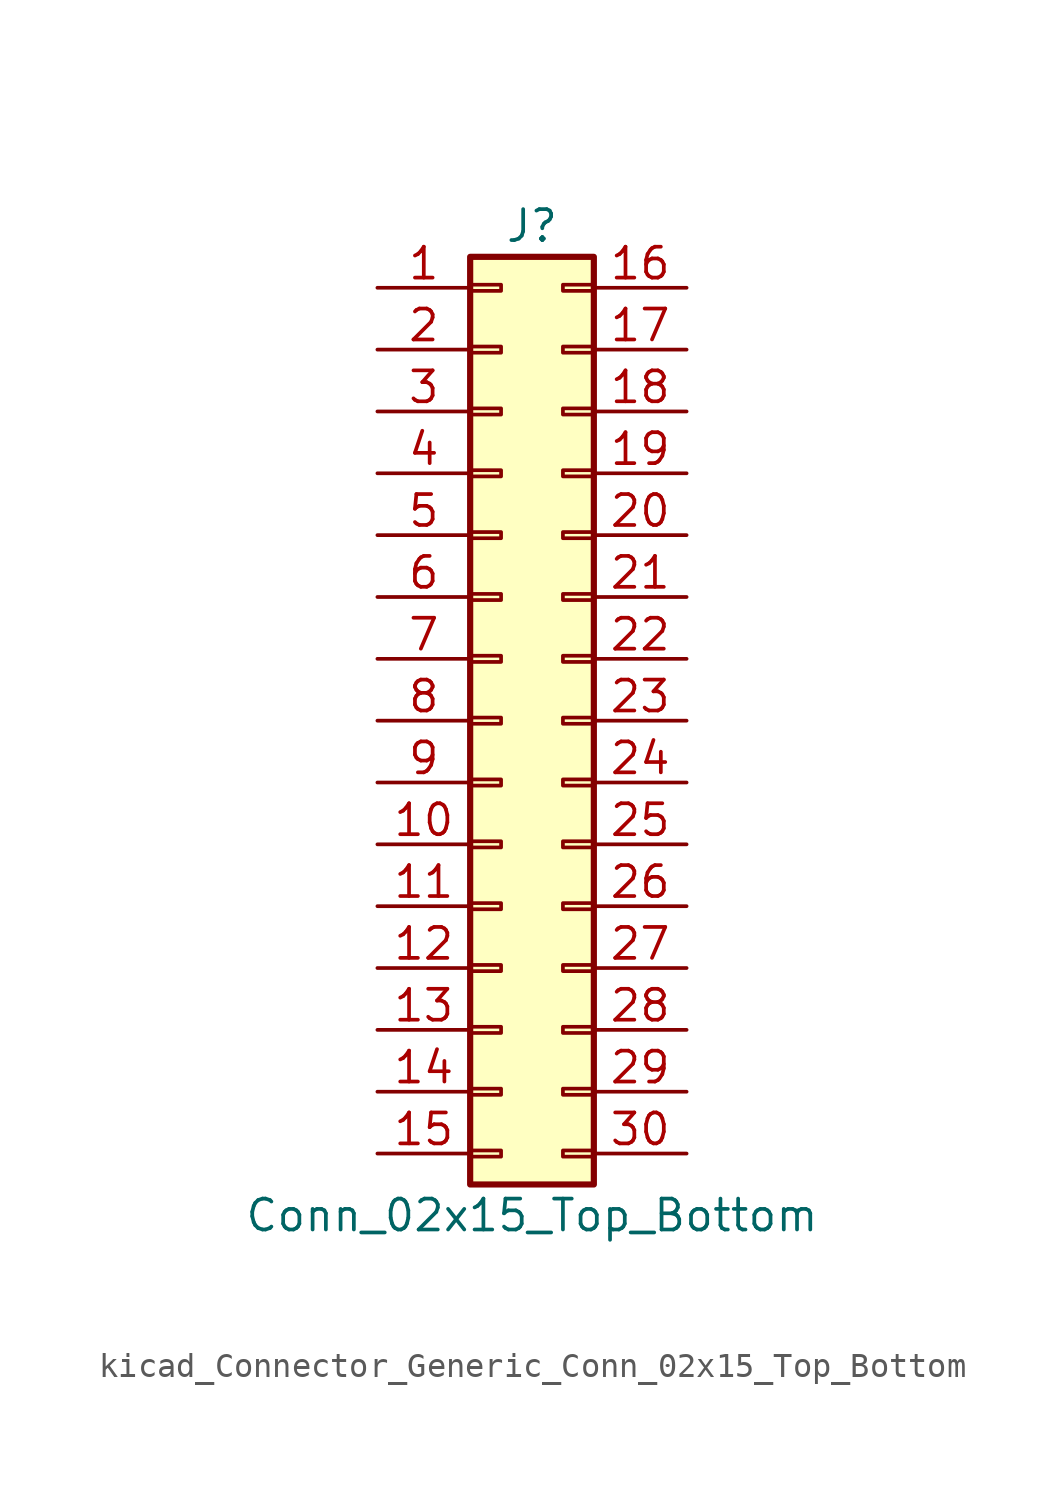
<source format=kicad_sym>
(kicad_symbol_lib
  (version 20220914)
  (generator kicad_symbol_editor)
  (symbol "kicad_Connector_Generic_Conn_02x15_Top_Bottom"
    (pin_names
      (offset 1.016) hide)
    (property "Reference" "J"
      (at 1.27 20.32 0)
      (effects (font (size 1.27 1.27))))
    (property "Value" "Conn_02x15_Top_Bottom"
      (at 1.27 -20.32 0)
      (effects (font (size 1.27 1.27))))
    (symbol "kicad_Connector_Generic_Conn_02x15_Top_Bottom_1_1"
      (rectangle (start -1.27 -17.653) (end 0 -17.907) (stroke (width 0.152) (type default)) (fill (type none)))
      (rectangle (start -1.27 -15.113) (end 0 -15.367) (stroke (width 0.152) (type default)) (fill (type none)))
      (rectangle (start -1.27 -12.573) (end 0 -12.827) (stroke (width 0.152) (type default)) (fill (type none)))
      (rectangle (start -1.27 -10.033) (end 0 -10.287) (stroke (width 0.152) (type default)) (fill (type none)))
      (rectangle (start -1.27 -7.493) (end 0 -7.747) (stroke (width 0.152) (type default)) (fill (type none)))
      (rectangle (start -1.27 -4.953) (end 0 -5.207) (stroke (width 0.152) (type default)) (fill (type none)))
      (rectangle (start -1.27 -2.413) (end 0 -2.667) (stroke (width 0.152) (type default)) (fill (type none)))
      (rectangle (start -1.27 0.127) (end 0 -0.127) (stroke (width 0.152) (type default)) (fill (type none)))
      (rectangle (start -1.27 2.667) (end 0 2.413) (stroke (width 0.152) (type default)) (fill (type none)))
      (rectangle (start -1.27 5.207) (end 0 4.953) (stroke (width 0.152) (type default)) (fill (type none)))
      (rectangle (start -1.27 7.747) (end 0 7.493) (stroke (width 0.152) (type default)) (fill (type none)))
      (rectangle (start -1.27 10.287) (end 0 10.033) (stroke (width 0.152) (type default)) (fill (type none)))
      (rectangle (start -1.27 12.827) (end 0 12.573) (stroke (width 0.152) (type default)) (fill (type none)))
      (rectangle (start -1.27 15.367) (end 0 15.113) (stroke (width 0.152) (type default)) (fill (type none)))
      (rectangle (start -1.27 17.907) (end 0 17.653) (stroke (width 0.152) (type default)) (fill (type none)))
      (rectangle (start -1.27 19.05) (end 3.81 -19.05) (stroke (width 0.254) (type default)) (fill (type background)))
      (rectangle (start 3.81 -17.653) (end 2.54 -17.907) (stroke (width 0.152) (type default)) (fill (type none)))
      (rectangle (start 3.81 -15.113) (end 2.54 -15.367) (stroke (width 0.152) (type default)) (fill (type none)))
      (rectangle (start 3.81 -12.573) (end 2.54 -12.827) (stroke (width 0.152) (type default)) (fill (type none)))
      (rectangle (start 3.81 -10.033) (end 2.54 -10.287) (stroke (width 0.152) (type default)) (fill (type none)))
      (rectangle (start 3.81 -7.493) (end 2.54 -7.747) (stroke (width 0.152) (type default)) (fill (type none)))
      (rectangle (start 3.81 -4.953) (end 2.54 -5.207) (stroke (width 0.152) (type default)) (fill (type none)))
      (rectangle (start 3.81 -2.413) (end 2.54 -2.667) (stroke (width 0.152) (type default)) (fill (type none)))
      (rectangle (start 3.81 0.127) (end 2.54 -0.127) (stroke (width 0.152) (type default)) (fill (type none)))
      (rectangle (start 3.81 2.667) (end 2.54 2.413) (stroke (width 0.152) (type default)) (fill (type none)))
      (rectangle (start 3.81 5.207) (end 2.54 4.953) (stroke (width 0.152) (type default)) (fill (type none)))
      (rectangle (start 3.81 7.747) (end 2.54 7.493) (stroke (width 0.152) (type default)) (fill (type none)))
      (rectangle (start 3.81 10.287) (end 2.54 10.033) (stroke (width 0.152) (type default)) (fill (type none)))
      (rectangle (start 3.81 12.827) (end 2.54 12.573) (stroke (width 0.152) (type default)) (fill (type none)))
      (rectangle (start 3.81 15.367) (end 2.54 15.113) (stroke (width 0.152) (type default)) (fill (type none)))
      (rectangle (start 3.81 17.907) (end 2.54 17.653) (stroke (width 0.152) (type default)) (fill (type none)))
      (pin passive line (at -5.08 17.78 0) (length 3.81) (name "Pin_1" (effects (font (size 1.27 1.27)))) (number "1" (effects (font (size 1.27 1.27)))))
      (pin passive line (at -5.08 -5.08 0) (length 3.81) (name "Pin_10" (effects (font (size 1.27 1.27)))) (number "10" (effects (font (size 1.27 1.27)))))
      (pin passive line (at -5.08 -7.62 0) (length 3.81) (name "Pin_11" (effects (font (size 1.27 1.27)))) (number "11" (effects (font (size 1.27 1.27)))))
      (pin passive line (at -5.08 -10.16 0) (length 3.81) (name "Pin_12" (effects (font (size 1.27 1.27)))) (number "12" (effects (font (size 1.27 1.27)))))
      (pin passive line (at -5.08 -12.7 0) (length 3.81) (name "Pin_13" (effects (font (size 1.27 1.27)))) (number "13" (effects (font (size 1.27 1.27)))))
      (pin passive line (at -5.08 -15.24 0) (length 3.81) (name "Pin_14" (effects (font (size 1.27 1.27)))) (number "14" (effects (font (size 1.27 1.27)))))
      (pin passive line (at -5.08 -17.78 0) (length 3.81) (name "Pin_15" (effects (font (size 1.27 1.27)))) (number "15" (effects (font (size 1.27 1.27)))))
      (pin passive line (at 7.62 17.78 180) (length 3.81) (name "Pin_16" (effects (font (size 1.27 1.27)))) (number "16" (effects (font (size 1.27 1.27)))))
      (pin passive line (at 7.62 15.24 180) (length 3.81) (name "Pin_17" (effects (font (size 1.27 1.27)))) (number "17" (effects (font (size 1.27 1.27)))))
      (pin passive line (at 7.62 12.7 180) (length 3.81) (name "Pin_18" (effects (font (size 1.27 1.27)))) (number "18" (effects (font (size 1.27 1.27)))))
      (pin passive line (at 7.62 10.16 180) (length 3.81) (name "Pin_19" (effects (font (size 1.27 1.27)))) (number "19" (effects (font (size 1.27 1.27)))))
      (pin passive line (at -5.08 15.24 0) (length 3.81) (name "Pin_2" (effects (font (size 1.27 1.27)))) (number "2" (effects (font (size 1.27 1.27)))))
      (pin passive line (at 7.62 7.62 180) (length 3.81) (name "Pin_20" (effects (font (size 1.27 1.27)))) (number "20" (effects (font (size 1.27 1.27)))))
      (pin passive line (at 7.62 5.08 180) (length 3.81) (name "Pin_21" (effects (font (size 1.27 1.27)))) (number "21" (effects (font (size 1.27 1.27)))))
      (pin passive line (at 7.62 2.54 180) (length 3.81) (name "Pin_22" (effects (font (size 1.27 1.27)))) (number "22" (effects (font (size 1.27 1.27)))))
      (pin passive line (at 7.62 0 180) (length 3.81) (name "Pin_23" (effects (font (size 1.27 1.27)))) (number "23" (effects (font (size 1.27 1.27)))))
      (pin passive line (at 7.62 -2.54 180) (length 3.81) (name "Pin_24" (effects (font (size 1.27 1.27)))) (number "24" (effects (font (size 1.27 1.27)))))
      (pin passive line (at 7.62 -5.08 180) (length 3.81) (name "Pin_25" (effects (font (size 1.27 1.27)))) (number "25" (effects (font (size 1.27 1.27)))))
      (pin passive line (at 7.62 -7.62 180) (length 3.81) (name "Pin_26" (effects (font (size 1.27 1.27)))) (number "26" (effects (font (size 1.27 1.27)))))
      (pin passive line (at 7.62 -10.16 180) (length 3.81) (name "Pin_27" (effects (font (size 1.27 1.27)))) (number "27" (effects (font (size 1.27 1.27)))))
      (pin passive line (at 7.62 -12.7 180) (length 3.81) (name "Pin_28" (effects (font (size 1.27 1.27)))) (number "28" (effects (font (size 1.27 1.27)))))
      (pin passive line (at 7.62 -15.24 180) (length 3.81) (name "Pin_29" (effects (font (size 1.27 1.27)))) (number "29" (effects (font (size 1.27 1.27)))))
      (pin passive line (at -5.08 12.7 0) (length 3.81) (name "Pin_3" (effects (font (size 1.27 1.27)))) (number "3" (effects (font (size 1.27 1.27)))))
      (pin passive line (at 7.62 -17.78 180) (length 3.81) (name "Pin_30" (effects (font (size 1.27 1.27)))) (number "30" (effects (font (size 1.27 1.27)))))
      (pin passive line (at -5.08 10.16 0) (length 3.81) (name "Pin_4" (effects (font (size 1.27 1.27)))) (number "4" (effects (font (size 1.27 1.27)))))
      (pin passive line (at -5.08 7.62 0) (length 3.81) (name "Pin_5" (effects (font (size 1.27 1.27)))) (number "5" (effects (font (size 1.27 1.27)))))
      (pin passive line (at -5.08 5.08 0) (length 3.81) (name "Pin_6" (effects (font (size 1.27 1.27)))) (number "6" (effects (font (size 1.27 1.27)))))
      (pin passive line (at -5.08 2.54 0) (length 3.81) (name "Pin_7" (effects (font (size 1.27 1.27)))) (number "7" (effects (font (size 1.27 1.27)))))
      (pin passive line (at -5.08 0 0) (length 3.81) (name "Pin_8" (effects (font (size 1.27 1.27)))) (number "8" (effects (font (size 1.27 1.27)))))
      (pin passive line (at -5.08 -2.54 0) (length 3.81) (name "Pin_9" (effects (font (size 1.27 1.27)))) (number "9" (effects (font (size 1.27 1.27))))))))
</source>
